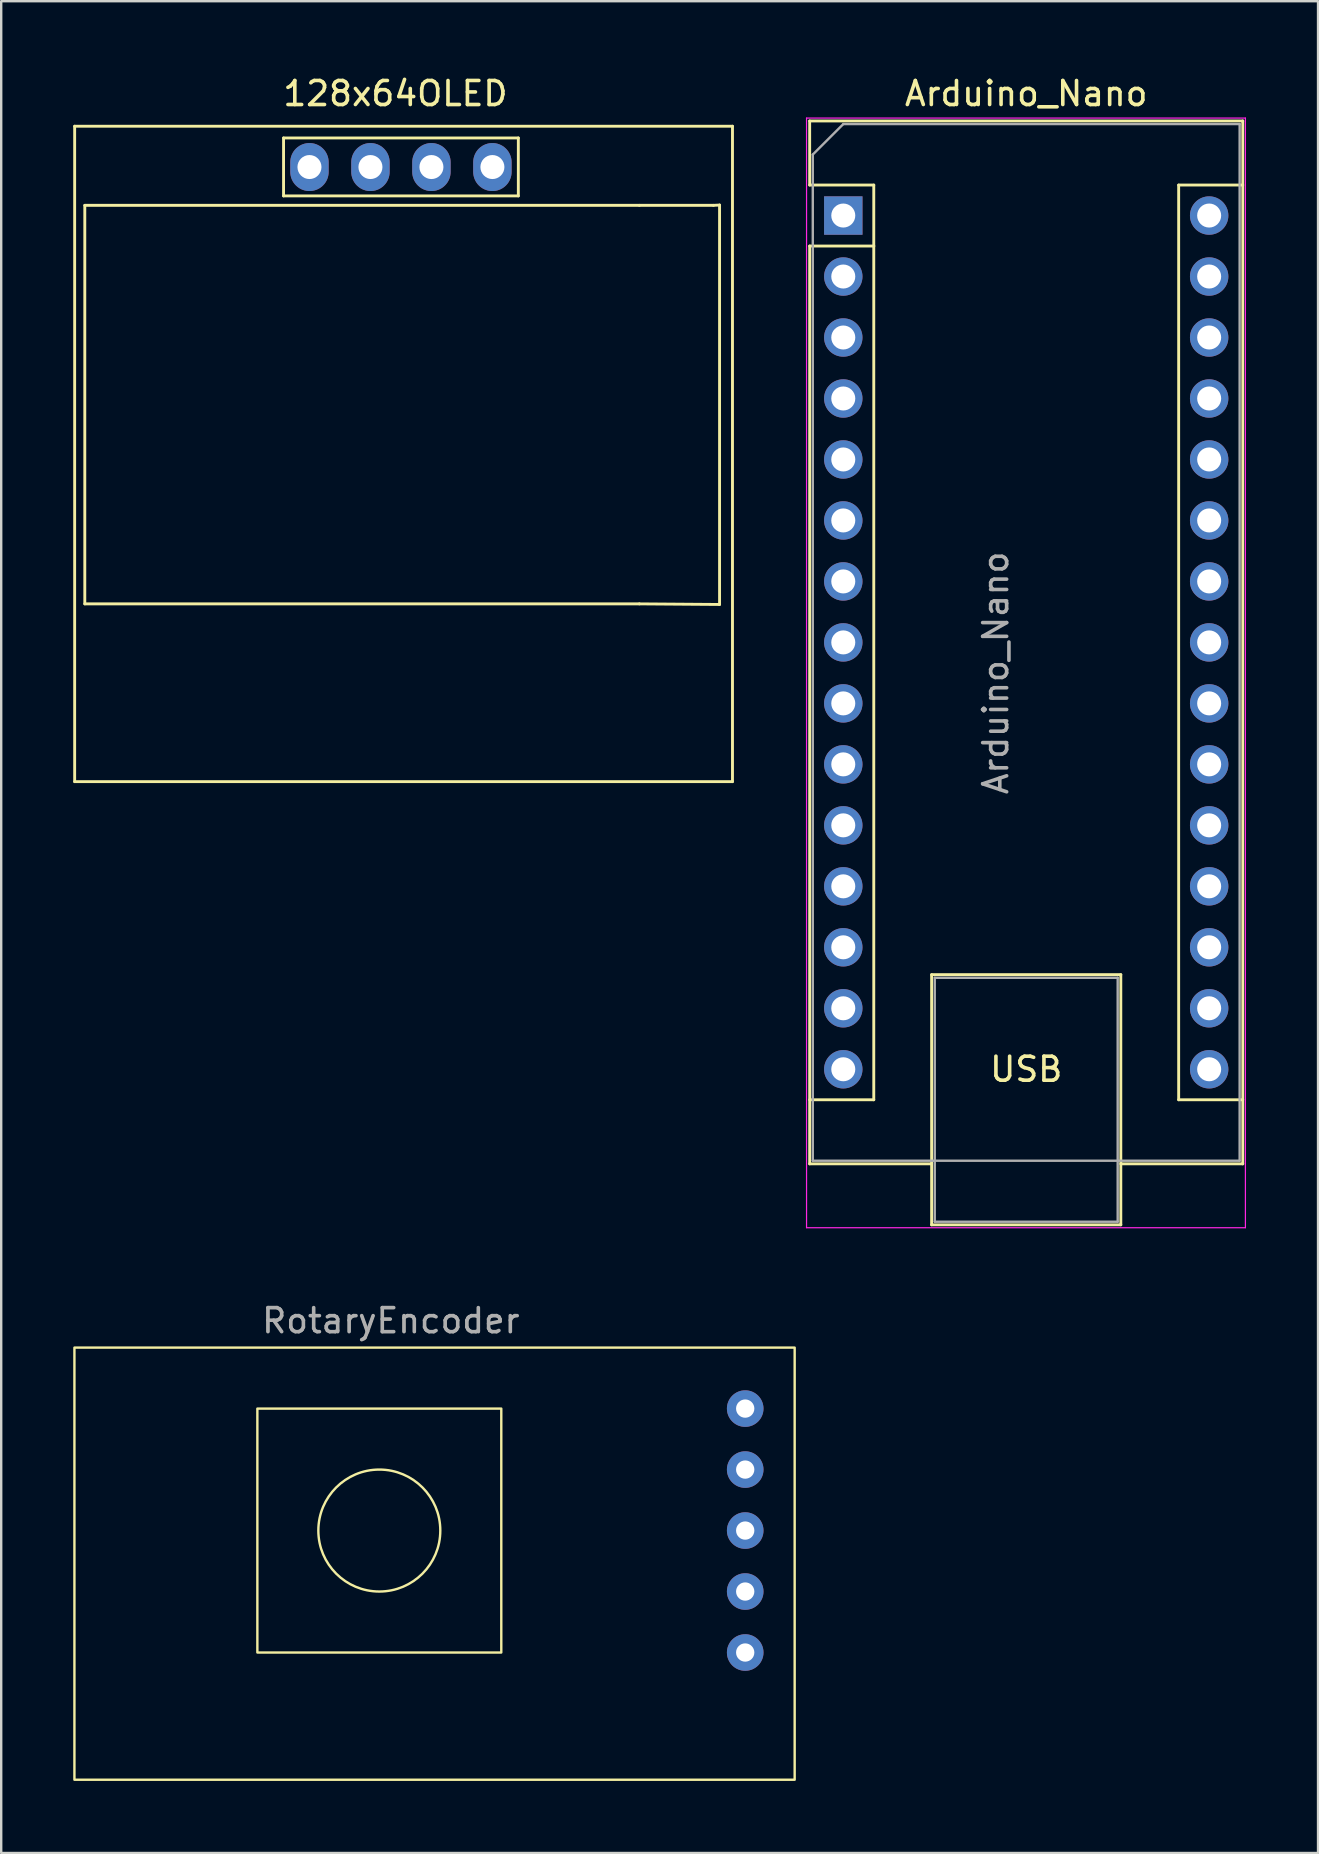
<source format=kicad_pcb>
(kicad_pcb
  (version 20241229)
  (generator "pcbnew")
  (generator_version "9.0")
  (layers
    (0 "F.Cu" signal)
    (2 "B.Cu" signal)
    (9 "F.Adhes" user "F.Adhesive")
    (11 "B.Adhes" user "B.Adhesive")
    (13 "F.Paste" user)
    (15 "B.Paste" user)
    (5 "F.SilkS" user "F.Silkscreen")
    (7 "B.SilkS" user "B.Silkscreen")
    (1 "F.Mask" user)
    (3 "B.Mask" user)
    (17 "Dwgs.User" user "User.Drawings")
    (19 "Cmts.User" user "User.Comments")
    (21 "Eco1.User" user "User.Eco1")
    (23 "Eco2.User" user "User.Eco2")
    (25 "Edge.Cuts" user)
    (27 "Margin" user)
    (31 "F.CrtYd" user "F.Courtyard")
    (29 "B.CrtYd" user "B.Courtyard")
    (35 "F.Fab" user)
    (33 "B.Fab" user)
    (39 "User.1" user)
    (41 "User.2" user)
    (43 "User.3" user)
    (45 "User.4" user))
  (footprint "RotaryEncoder"
    (layer "F.Cu")
    (at 20.37 60.702)
    (property "Reference" "RotaryEncoder" (at -7.14 -8.74 0) (unlocked yes) (layer "F.SilkS") (effects (font (size 1 1) (thickness 0.1))))
    (attr through_hole)
    (fp_rect (start -20.32 -7.62) (end 9.68 10.38) (stroke (width 0.1) (type default)) (fill no) (layer "F.SilkS"))
    (fp_rect (start -12.7 -5.08) (end -2.54 5.08) (stroke (width 0.1) (type default)) (fill no) (layer "F.SilkS"))
    (fp_circle (center -7.62 0) (end -5.08 0) (stroke (width 0.1) (type default)) (fill no) (layer "F.SilkS"))
    (fp_text user "${REFERENCE}" (at -7.14 -8.74 0) (unlocked yes) (layer "F.Fab") (effects (font (size 1 1) (thickness 0.15))))
    (pad "1" thru_hole circle (at 7.62 -5.08) (size 1.524 1.524) (drill 0.762) (layers "*.Cu" "*.Mask"))
    (pad "2" thru_hole circle (at 7.62 -2.54) (size 1.524 1.524) (drill 0.762) (layers "*.Cu" "*.Mask"))
    (pad "3" thru_hole circle (at 7.62 0) (size 1.524 1.524) (drill 0.762) (layers "*.Cu" "*.Mask"))
    (pad "4" thru_hole circle (at 7.62 2.54) (size 1.524 1.524) (drill 0.762) (layers "*.Cu" "*.Mask"))
    (pad "5" thru_hole circle (at 7.62 5.08) (size 1.524 1.524) (drill 0.762) (layers "*.Cu" "*.Mask")))
  (footprint "128x64OLED"
    (layer "F.Cu")
    (at 13.46 14.508)
    (property "Reference" "128x64OLED" (at -0.04 -13.66 0) (layer "F.SilkS") (effects (font (size 1 1) (thickness 0.15))))
    (attr through_hole)
    (fp_line (start -13.4 -12.3) (end 14 -12.3) (stroke (width 0.12) (type solid)) (layer "F.SilkS"))
    (fp_line (start -13.4 15) (end -13.4 -12.3) (stroke (width 0.12) (type solid)) (layer "F.SilkS"))
    (fp_line (start -12.978 -9.005) (end 10.122 -9.005) (stroke (width 0.12) (type solid)) (layer "F.SilkS"))
    (fp_line (start -12.978 7.595) (end -12.978 -9.005) (stroke (width 0.12) (type solid)) (layer "F.SilkS"))
    (fp_line (start -4.699 -11.811) (end -4.699 -9.398) (stroke (width 0.12) (type solid)) (layer "F.SilkS"))
    (fp_line (start -4.699 -11.811) (end 5.08 -11.811) (stroke (width 0.12) (type solid)) (layer "F.SilkS"))
    (fp_line (start 5.08 -11.811) (end 5.08 -9.398) (stroke (width 0.12) (type solid)) (layer "F.SilkS"))
    (fp_line (start 5.08 -9.398) (end -4.699 -9.398) (stroke (width 0.12) (type solid)) (layer "F.SilkS"))
    (fp_line (start 10.122 -9.005) (end 13.208 -9.005) (stroke (width 0.12) (type solid)) (layer "F.SilkS"))
    (fp_line (start 10.122 7.595) (end -12.978 7.595) (stroke (width 0.12) (type solid)) (layer "F.SilkS"))
    (fp_line (start 10.122 7.595) (end 13.462 7.62) (stroke (width 0.12) (type solid)) (layer "F.SilkS"))
    (fp_line (start 13.462 -9.017) (end 13.208 -9.005) (stroke (width 0.12) (type solid)) (layer "F.SilkS"))
    (fp_line (start 13.462 7.62) (end 13.462 -9.017) (stroke (width 0.12) (type solid)) (layer "F.SilkS"))
    (fp_line (start 14 -12.3) (end 14 15) (stroke (width 0.12) (type solid)) (layer "F.SilkS"))
    (fp_line (start 14 15) (end -13.4 15) (stroke (width 0.12) (type solid)) (layer "F.SilkS"))
    (pad "1" thru_hole oval (at -3.62 -10.6 90) (size 2 1.6) (drill 1) (layers "*.Cu" "*.Mask"))
    (pad "2" thru_hole oval (at -1.08 -10.6 90) (size 2 1.6) (drill 1) (layers "*.Cu" "*.Mask"))
    (pad "3" thru_hole oval (at 1.46 -10.6 90) (size 2 1.6) (drill 1) (layers "*.Cu" "*.Mask"))
    (pad "4" thru_hole oval (at 4 -10.6 90) (size 2 1.6) (drill 1) (layers "*.Cu" "*.Mask")))
  (footprint "Arduino_Nano"
    (layer "F.Cu")
    (at 32.075 5.928)
    (property "Reference" "Arduino_Nano" (at 7.62 -5.08 0) (layer "F.SilkS") (effects (font (size 1 1) (thickness 0.15))))
    (attr through_hole)
    (fp_line (start -1.4 -3.94) (end -1.4 -1.27) (stroke (width 0.12) (type solid)) (layer "F.SilkS"))
    (fp_line (start -1.4 1.27) (end -1.4 39.5) (stroke (width 0.12) (type solid)) (layer "F.SilkS"))
    (fp_line (start -1.4 39.5) (end 3.68 39.5) (stroke (width 0.12) (type solid)) (layer "F.SilkS"))
    (fp_line (start 1.27 -1.27) (end -1.4 -1.27) (stroke (width 0.12) (type solid)) (layer "F.SilkS"))
    (fp_line (start 1.27 1.27) (end -1.4 1.27) (stroke (width 0.12) (type solid)) (layer "F.SilkS"))
    (fp_line (start 1.27 1.27) (end 1.27 -1.27) (stroke (width 0.12) (type solid)) (layer "F.SilkS"))
    (fp_line (start 1.27 1.27) (end 1.27 36.83) (stroke (width 0.12) (type solid)) (layer "F.SilkS"))
    (fp_line (start 1.27 36.83) (end -1.4 36.83) (stroke (width 0.12) (type solid)) (layer "F.SilkS"))
    (fp_line (start 3.68 31.62) (end 11.56 31.62) (stroke (width 0.12) (type solid)) (layer "F.SilkS"))
    (fp_line (start 3.68 42.04) (end 3.68 31.62) (stroke (width 0.12) (type solid)) (layer "F.SilkS"))
    (fp_line (start 11.56 31.62) (end 11.56 42.04) (stroke (width 0.12) (type solid)) (layer "F.SilkS"))
    (fp_line (start 11.56 42.04) (end 3.68 42.04) (stroke (width 0.12) (type solid)) (layer "F.SilkS"))
    (fp_line (start 13.97 -1.27) (end 13.97 36.83) (stroke (width 0.12) (type solid)) (layer "F.SilkS"))
    (fp_line (start 13.97 -1.27) (end 16.64 -1.27) (stroke (width 0.12) (type solid)) (layer "F.SilkS"))
    (fp_line (start 13.97 36.83) (end 16.64 36.83) (stroke (width 0.12) (type solid)) (layer "F.SilkS"))
    (fp_line (start 16.64 -3.94) (end -1.4 -3.94) (stroke (width 0.12) (type solid)) (layer "F.SilkS"))
    (fp_line (start 16.64 39.5) (end 11.56 39.5) (stroke (width 0.12) (type solid)) (layer "F.SilkS"))
    (fp_line (start 16.64 39.5) (end 16.64 -3.94) (stroke (width 0.12) (type solid)) (layer "F.SilkS"))
    (fp_line (start -1.53 -4.06) (end -1.53 42.16) (stroke (width 0.05) (type solid)) (layer "F.CrtYd"))
    (fp_line (start -1.53 -4.06) (end 16.75 -4.06) (stroke (width 0.05) (type solid)) (layer "F.CrtYd"))
    (fp_line (start 16.75 42.16) (end -1.53 42.16) (stroke (width 0.05) (type solid)) (layer "F.CrtYd"))
    (fp_line (start 16.75 42.16) (end 16.75 -4.06) (stroke (width 0.05) (type solid)) (layer "F.CrtYd"))
    (fp_line (start -1.27 -2.54) (end 0 -3.81) (stroke (width 0.1) (type solid)) (layer "F.Fab"))
    (fp_line (start -1.27 39.37) (end -1.27 -2.54) (stroke (width 0.1) (type solid)) (layer "F.Fab"))
    (fp_line (start 0 -3.81) (end 16.51 -3.81) (stroke (width 0.1) (type solid)) (layer "F.Fab"))
    (fp_line (start 3.81 31.75) (end 11.43 31.75) (stroke (width 0.1) (type solid)) (layer "F.Fab"))
    (fp_line (start 3.81 41.91) (end 3.81 31.75) (stroke (width 0.1) (type solid)) (layer "F.Fab"))
    (fp_line (start 11.43 31.75) (end 11.43 41.91) (stroke (width 0.1) (type solid)) (layer "F.Fab"))
    (fp_line (start 11.43 41.91) (end 3.81 41.91) (stroke (width 0.1) (type solid)) (layer "F.Fab"))
    (fp_line (start 16.51 -3.81) (end 16.51 39.37) (stroke (width 0.1) (type solid)) (layer "F.Fab"))
    (fp_line (start 16.51 39.37) (end -1.27 39.37) (stroke (width 0.1) (type solid)) (layer "F.Fab"))
    (fp_text user "USB" (at 7.62 35.56 0) (unlocked yes) (layer "F.SilkS") (effects (font (size 1 1) (thickness 0.15))))
    (fp_text user "${REFERENCE}" (at 6.35 19.05 90) (layer "F.Fab") (effects (font (size 1 1) (thickness 0.15))))
    (pad "1" thru_hole rect (at 0 0) (size 1.6 1.6) (drill 1) (layers "*.Cu" "*.Mask"))
    (pad "2" thru_hole oval (at 0 2.54) (size 1.6 1.6) (drill 1) (layers "*.Cu" "*.Mask"))
    (pad "3" thru_hole oval (at 0 5.08) (size 1.6 1.6) (drill 1) (layers "*.Cu" "*.Mask"))
    (pad "4" thru_hole oval (at 0 7.62) (size 1.6 1.6) (drill 1) (layers "*.Cu" "*.Mask"))
    (pad "5" thru_hole oval (at 0 10.16) (size 1.6 1.6) (drill 1) (layers "*.Cu" "*.Mask"))
    (pad "6" thru_hole oval (at 0 12.7) (size 1.6 1.6) (drill 1) (layers "*.Cu" "*.Mask"))
    (pad "7" thru_hole oval (at 0 15.24) (size 1.6 1.6) (drill 1) (layers "*.Cu" "*.Mask"))
    (pad "8" thru_hole oval (at 0 17.78) (size 1.6 1.6) (drill 1) (layers "*.Cu" "*.Mask"))
    (pad "9" thru_hole oval (at 0 20.32) (size 1.6 1.6) (drill 1) (layers "*.Cu" "*.Mask"))
    (pad "10" thru_hole oval (at 0 22.86) (size 1.6 1.6) (drill 1) (layers "*.Cu" "*.Mask"))
    (pad "11" thru_hole oval (at 0 25.4) (size 1.6 1.6) (drill 1) (layers "*.Cu" "*.Mask"))
    (pad "12" thru_hole oval (at 0 27.94) (size 1.6 1.6) (drill 1) (layers "*.Cu" "*.Mask"))
    (pad "13" thru_hole oval (at 0 30.48) (size 1.6 1.6) (drill 1) (layers "*.Cu" "*.Mask"))
    (pad "14" thru_hole oval (at 0 33.02) (size 1.6 1.6) (drill 1) (layers "*.Cu" "*.Mask"))
    (pad "15" thru_hole oval (at 0 35.56) (size 1.6 1.6) (drill 1) (layers "*.Cu" "*.Mask"))
    (pad "16" thru_hole oval (at 15.24 35.56) (size 1.6 1.6) (drill 1) (layers "*.Cu" "*.Mask"))
    (pad "17" thru_hole oval (at 15.24 33.02) (size 1.6 1.6) (drill 1) (layers "*.Cu" "*.Mask"))
    (pad "18" thru_hole oval (at 15.24 30.48) (size 1.6 1.6) (drill 1) (layers "*.Cu" "*.Mask"))
    (pad "19" thru_hole oval (at 15.24 27.94) (size 1.6 1.6) (drill 1) (layers "*.Cu" "*.Mask"))
    (pad "20" thru_hole oval (at 15.24 25.4) (size 1.6 1.6) (drill 1) (layers "*.Cu" "*.Mask"))
    (pad "21" thru_hole oval (at 15.24 22.86) (size 1.6 1.6) (drill 1) (layers "*.Cu" "*.Mask"))
    (pad "22" thru_hole oval (at 15.24 20.32) (size 1.6 1.6) (drill 1) (layers "*.Cu" "*.Mask"))
    (pad "23" thru_hole oval (at 15.24 17.78) (size 1.6 1.6) (drill 1) (layers "*.Cu" "*.Mask"))
    (pad "24" thru_hole oval (at 15.24 15.24) (size 1.6 1.6) (drill 1) (layers "*.Cu" "*.Mask"))
    (pad "25" thru_hole oval (at 15.24 12.7) (size 1.6 1.6) (drill 1) (layers "*.Cu" "*.Mask"))
    (pad "26" thru_hole oval (at 15.24 10.16) (size 1.6 1.6) (drill 1) (layers "*.Cu" "*.Mask"))
    (pad "27" thru_hole oval (at 15.24 7.62) (size 1.6 1.6) (drill 1) (layers "*.Cu" "*.Mask"))
    (pad "28" thru_hole oval (at 15.24 5.08) (size 1.6 1.6) (drill 1) (layers "*.Cu" "*.Mask"))
    (pad "29" thru_hole oval (at 15.24 2.54) (size 1.6 1.6) (drill 1) (layers "*.Cu" "*.Mask"))
    (pad "30" thru_hole oval (at 15.24 0) (size 1.6 1.6) (drill 1) (layers "*.Cu" "*.Mask")))
  (gr_rect
    (start -3 -3)
    (end 51.85 74.132)
    (stroke (width 0.1) (type default))
    (fill no)
    (layer "Edge.Cuts")))
</source>
